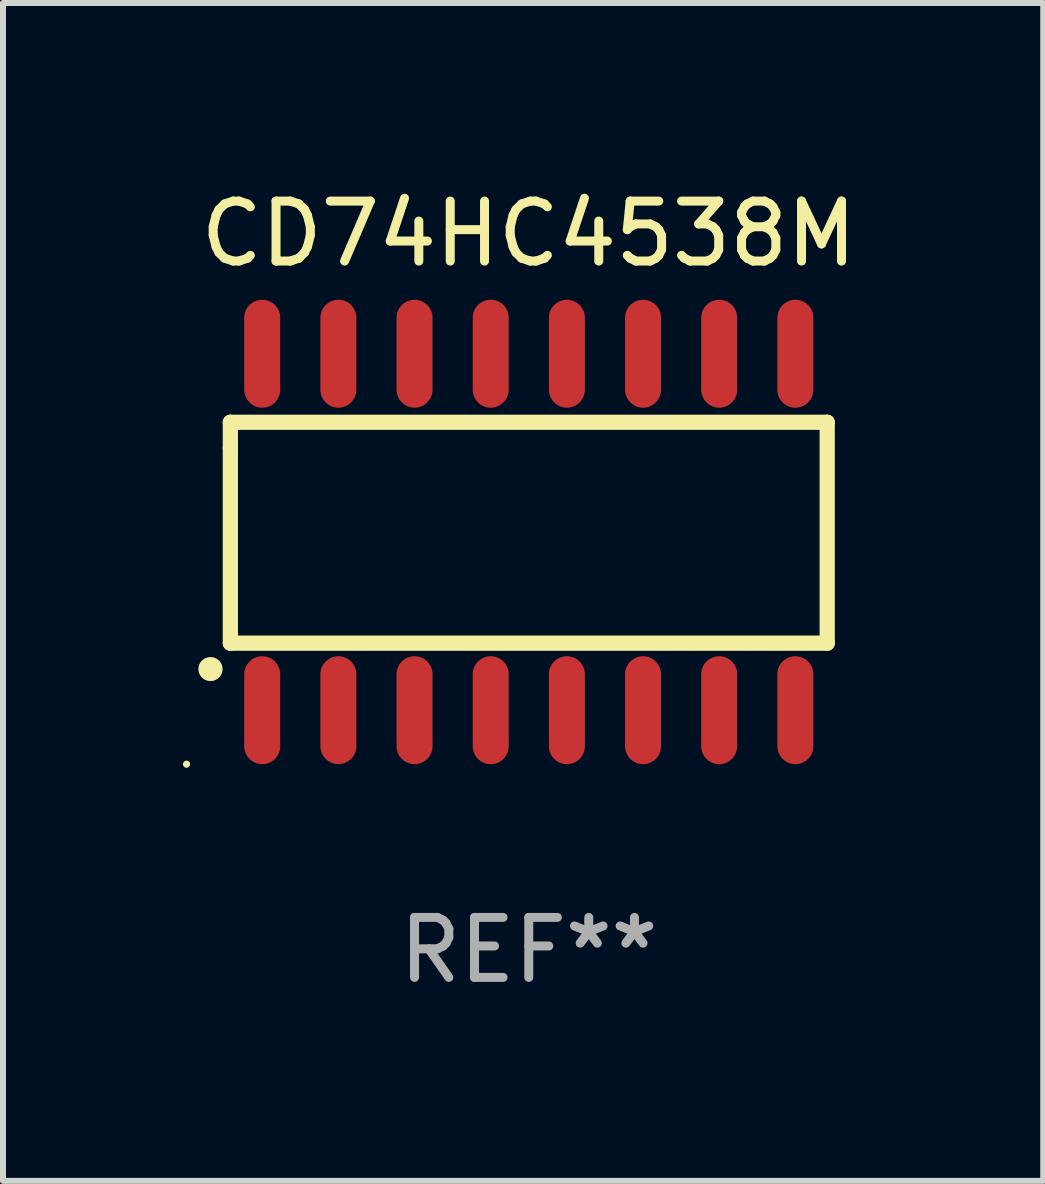
<source format=kicad_pcb>
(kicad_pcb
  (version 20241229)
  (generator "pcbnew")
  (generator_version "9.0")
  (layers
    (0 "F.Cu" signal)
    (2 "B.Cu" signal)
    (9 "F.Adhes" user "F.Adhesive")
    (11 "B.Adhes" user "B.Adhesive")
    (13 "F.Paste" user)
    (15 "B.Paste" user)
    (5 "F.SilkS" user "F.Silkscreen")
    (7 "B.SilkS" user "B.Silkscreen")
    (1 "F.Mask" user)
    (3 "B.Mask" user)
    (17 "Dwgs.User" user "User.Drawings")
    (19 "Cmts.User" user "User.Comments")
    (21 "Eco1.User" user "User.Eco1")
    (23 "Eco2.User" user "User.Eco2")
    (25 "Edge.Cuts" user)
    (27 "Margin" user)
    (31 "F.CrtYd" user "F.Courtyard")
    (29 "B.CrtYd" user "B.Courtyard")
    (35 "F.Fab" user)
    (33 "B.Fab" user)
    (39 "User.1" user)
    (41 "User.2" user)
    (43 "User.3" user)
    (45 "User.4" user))
  (footprint "CD74HC4538M"
    (layer "F.Cu")
    (at 5.767 5.82)
    (property "Reference" "CD74HC4538M" (at 0 -4.972 0) (layer "F.SilkS") (effects (font (size 1 1) (thickness 0.15))))
    (attr through_hole)
    (fp_line (start -4.976 -1.829) (end -4.976 -1.4) (stroke (width 0.254) (type solid)) (layer "F.SilkS"))
    (fp_line (start -4.976 -1.4) (end -4.976 1.854) (stroke (width 0.254) (type solid)) (layer "F.SilkS"))
    (fp_line (start -4.976 1.854) (end 4.976 1.854) (stroke (width 0.254) (type solid)) (layer "F.SilkS"))
    (fp_line (start 4.976 -1.829) (end -4.976 -1.829) (stroke (width 0.254) (type solid)) (layer "F.SilkS"))
    (fp_line (start 4.976 1.854) (end 4.976 -1.829) (stroke (width 0.254) (type solid)) (layer "F.SilkS"))
    (fp_arc (start -5.308611 2.286005) (mid -5.307341 2.286001) (end -5.306071 2.286005) (stroke (width 0.4) (type solid)) (layer "F.SilkS"))
    (fp_circle (center -5.707 3.872) (end -5.677 3.872) (stroke (width 0.06) (type solid)) (fill no) (layer "F.SilkS"))
    (fp_text user "REF**" (at 0 6.972 0) (layer "F.Fab") (effects (font (size 1 1) (thickness 0.15))))
    (pad "1" smd oval (at -4.445 2.972 180) (size 0.6 1.8) (layers "F.Cu" "F.Mask" "F.Paste"))
    (pad "2" smd oval (at -3.175 2.972 180) (size 0.6 1.8) (layers "F.Cu" "F.Mask" "F.Paste"))
    (pad "3" smd oval (at -1.905 2.972 180) (size 0.6 1.8) (layers "F.Cu" "F.Mask" "F.Paste"))
    (pad "4" smd oval (at -0.635 2.972 180) (size 0.6 1.8) (layers "F.Cu" "F.Mask" "F.Paste"))
    (pad "5" smd oval (at 0.635 2.972 180) (size 0.6 1.8) (layers "F.Cu" "F.Mask" "F.Paste"))
    (pad "6" smd oval (at 1.905 2.972 180) (size 0.6 1.8) (layers "F.Cu" "F.Mask" "F.Paste"))
    (pad "7" smd oval (at 3.175 2.972 180) (size 0.6 1.8) (layers "F.Cu" "F.Mask" "F.Paste"))
    (pad "8" smd oval (at 4.445 2.972 180) (size 0.6 1.8) (layers "F.Cu" "F.Mask" "F.Paste"))
    (pad "9" smd oval (at 4.445 -2.972 180) (size 0.6 1.8) (layers "F.Cu" "F.Mask" "F.Paste"))
    (pad "10" smd oval (at 3.175 -2.972 180) (size 0.6 1.8) (layers "F.Cu" "F.Mask" "F.Paste"))
    (pad "11" smd oval (at 1.905 -2.972 180) (size 0.6 1.8) (layers "F.Cu" "F.Mask" "F.Paste"))
    (pad "12" smd oval (at 0.635 -2.972 180) (size 0.6 1.8) (layers "F.Cu" "F.Mask" "F.Paste"))
    (pad "13" smd oval (at -0.635 -2.972 180) (size 0.6 1.8) (layers "F.Cu" "F.Mask" "F.Paste"))
    (pad "14" smd oval (at -1.905 -2.972 180) (size 0.6 1.8) (layers "F.Cu" "F.Mask" "F.Paste"))
    (pad "15" smd oval (at -3.175 -2.972 180) (size 0.6 1.8) (layers "F.Cu" "F.Mask" "F.Paste"))
    (pad "16" smd oval (at -4.445 -2.972 180) (size 0.6 1.8) (layers "F.Cu" "F.Mask" "F.Paste")))
  (gr_rect
    (start -3 -3)
    (end 14.345 16.64)
    (stroke (width 0.1) (type default))
    (fill no)
    (layer "Edge.Cuts")))
</source>
